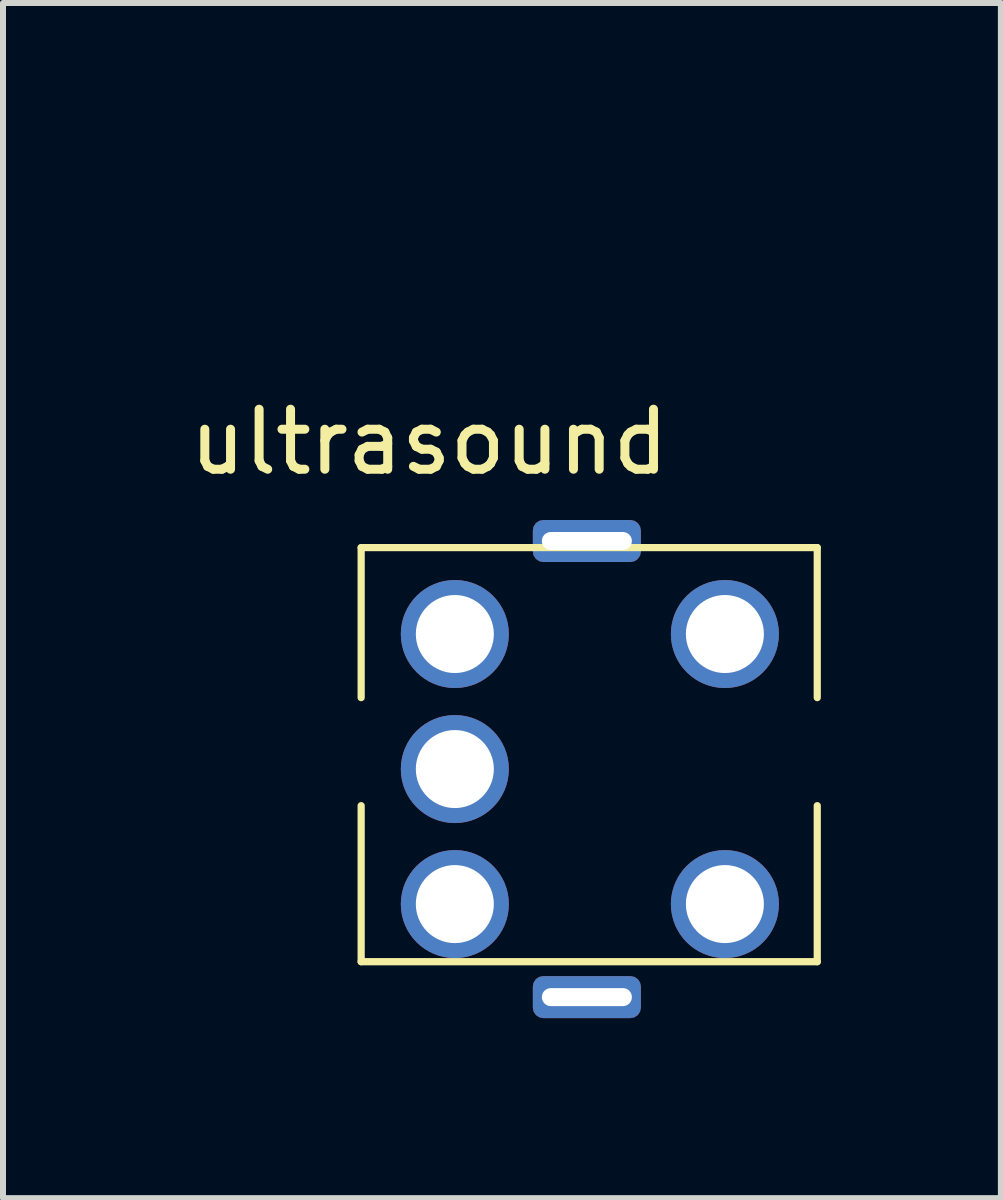
<source format=kicad_pcb>
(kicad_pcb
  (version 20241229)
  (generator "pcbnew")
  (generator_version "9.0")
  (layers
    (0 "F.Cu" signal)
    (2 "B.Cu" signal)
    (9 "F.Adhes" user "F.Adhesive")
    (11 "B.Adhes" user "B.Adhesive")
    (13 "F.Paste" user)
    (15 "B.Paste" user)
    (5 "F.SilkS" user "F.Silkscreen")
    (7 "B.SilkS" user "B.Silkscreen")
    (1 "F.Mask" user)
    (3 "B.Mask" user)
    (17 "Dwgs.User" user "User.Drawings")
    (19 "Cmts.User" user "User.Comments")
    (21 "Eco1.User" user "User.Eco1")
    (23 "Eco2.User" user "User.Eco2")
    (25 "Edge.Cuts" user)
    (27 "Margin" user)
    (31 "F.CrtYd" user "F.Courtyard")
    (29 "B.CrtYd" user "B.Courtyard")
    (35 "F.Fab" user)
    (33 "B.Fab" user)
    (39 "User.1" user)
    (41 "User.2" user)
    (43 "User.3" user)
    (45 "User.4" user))
  (footprint "ultrasound"
    (layer "F.Cu")
    (at 9.943 0.25)
    (property "Reference" "ultrasound" (at -5.842 4.064 0) (layer "F.SilkS") (effects (font (size 1 1) (thickness 0.15))))
    (attr through_hole)
    (fp_line (start -6.975 5.825) (end -6.975 8.325) (stroke (width 0.12) (type solid)) (layer "F.SilkS"))
    (fp_line (start -6.975 10.125) (end -6.975 12.725) (stroke (width 0.12) (type solid)) (layer "F.SilkS"))
    (fp_line (start -6.975 12.725) (end 0.625 12.725) (stroke (width 0.12) (type solid)) (layer "F.SilkS"))
    (fp_line (start 0.625 5.825) (end -6.975 5.825) (stroke (width 0.12) (type solid)) (layer "F.SilkS"))
    (fp_line (start 0.625 8.325) (end 0.625 5.825) (stroke (width 0.12) (type solid)) (layer "F.SilkS"))
    (fp_line (start 0.625 12.725) (end 0.625 10.125) (stroke (width 0.12) (type solid)) (layer "F.SilkS"))
    (pad "" thru_hole roundrect (at -3.214 5.715 90) (size 0.7 1.8) (drill oval 0.3 1.5) (layers "*.Cu" "*.Mask") (roundrect_rratio 0.25))
    (pad "" thru_hole roundrect (at -3.214 13.315 90) (size 0.7 1.8) (drill oval 0.3 1.5) (layers "*.Cu" "*.Mask") (roundrect_rratio 0.25))
    (pad "1" thru_hole circle (at -5.414 11.765 90) (size 1.8 1.8) (drill 1.3) (layers "*.Cu" "*.Mask"))
    (pad "2" thru_hole circle (at -5.414 9.515 90) (size 1.8 1.8) (drill 1.3) (layers "*.Cu" "*.Mask"))
    (pad "3" thru_hole circle (at -5.414 7.265 90) (size 1.8 1.8) (drill 1.3) (layers "*.Cu" "*.Mask"))
    (pad "4" thru_hole circle (at -0.914 11.765 90) (size 1.8 1.8) (drill 1.3) (layers "*.Cu" "*.Mask"))
    (pad "5" thru_hole circle (at -0.914 7.265 90) (size 1.8 1.8) (drill 1.3) (layers "*.Cu" "*.Mask")))
  (gr_rect
    (start -3 -3)
    (end 13.628 16.915)
    (stroke (width 0.1) (type default))
    (fill no)
    (layer "Edge.Cuts")))
</source>
